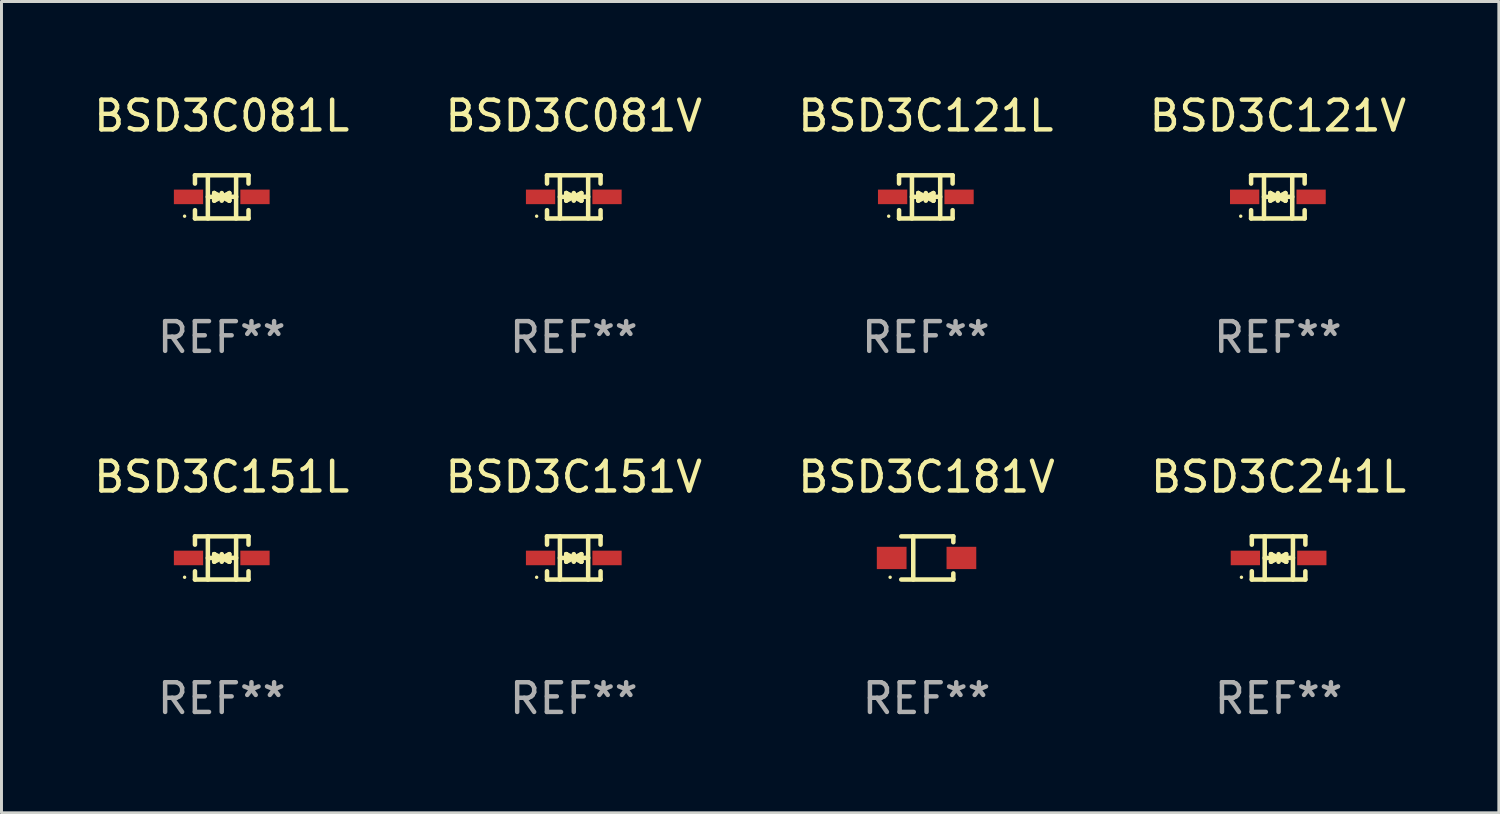
<source format=kicad_pcb>
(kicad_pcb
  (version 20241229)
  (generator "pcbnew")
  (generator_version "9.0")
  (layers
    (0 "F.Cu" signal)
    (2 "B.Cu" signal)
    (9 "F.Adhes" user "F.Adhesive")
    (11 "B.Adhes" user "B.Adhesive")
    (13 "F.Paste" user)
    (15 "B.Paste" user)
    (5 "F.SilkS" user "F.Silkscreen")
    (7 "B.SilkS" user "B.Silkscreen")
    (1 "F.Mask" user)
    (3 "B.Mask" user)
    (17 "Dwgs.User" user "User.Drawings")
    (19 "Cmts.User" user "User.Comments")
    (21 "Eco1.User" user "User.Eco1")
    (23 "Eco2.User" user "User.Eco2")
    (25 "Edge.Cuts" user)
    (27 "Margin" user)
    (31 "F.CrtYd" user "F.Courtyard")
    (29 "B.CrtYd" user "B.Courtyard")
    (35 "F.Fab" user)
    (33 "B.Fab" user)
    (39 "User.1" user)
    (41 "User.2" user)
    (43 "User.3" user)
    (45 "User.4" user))
  (footprint "BSD3C081V"
    (layer "F.Cu")
    (at 16.256 3.574)
    (property "Reference" "BSD3C081V" (at 0 -2.726 0) (layer "F.SilkS") (effects (font (size 1 1) (thickness 0.15))))
    (attr through_hole)
    (fp_line (start -0.901 -0.726) (end -0.901 -0.448) (stroke (width 0.152) (type solid)) (layer "F.SilkS"))
    (fp_line (start -0.901 0.726) (end -0.901 0.448) (stroke (width 0.152) (type solid)) (layer "F.SilkS"))
    (fp_line (start -0.467 0) (end 0.483 -0.003) (stroke (width 0.154) (type solid)) (layer "F.SilkS"))
    (fp_line (start -0.467 0.726) (end -0.467 -0.726) (stroke (width 0.152) (type solid)) (layer "F.SilkS"))
    (fp_line (start -0.254 -0.127) (end -0.254 -0.127) (stroke (width 0.154) (type solid)) (layer "F.SilkS"))
    (fp_line (start -0.254 -0.127) (end -0.002 -0.003) (stroke (width 0.154) (type solid)) (layer "F.SilkS"))
    (fp_line (start -0.254 0.127) (end -0.254 -0.127) (stroke (width 0.154) (type solid)) (layer "F.SilkS"))
    (fp_line (start -0.127 0) (end 0.003 0) (stroke (width 0.154) (type solid)) (layer "F.SilkS"))
    (fp_line (start -0.003 0) (end -0.254 0.127) (stroke (width 0.154) (type solid)) (layer "F.SilkS"))
    (fp_line (start 0 -0.127) (end 0 0.127) (stroke (width 0.154) (type solid)) (layer "F.SilkS"))
    (fp_line (start 0.003 0) (end 0.254 -0.127) (stroke (width 0.154) (type solid)) (layer "F.SilkS"))
    (fp_line (start 0.127 0) (end -0.003 0) (stroke (width 0.154) (type solid)) (layer "F.SilkS"))
    (fp_line (start 0.254 -0.127) (end 0.254 0.127) (stroke (width 0.154) (type solid)) (layer "F.SilkS"))
    (fp_line (start 0.254 0.127) (end 0.002 0.003) (stroke (width 0.154) (type solid)) (layer "F.SilkS"))
    (fp_line (start 0.254 0.127) (end 0.254 0.127) (stroke (width 0.154) (type solid)) (layer "F.SilkS"))
    (fp_line (start 0.483 0.726) (end 0.483 -0.726) (stroke (width 0.152) (type solid)) (layer "F.SilkS"))
    (fp_line (start 0.901 -0.726) (end -0.901 -0.726) (stroke (width 0.152) (type solid)) (layer "F.SilkS"))
    (fp_line (start 0.901 -0.726) (end 0.901 -0.448) (stroke (width 0.152) (type solid)) (layer "F.SilkS"))
    (fp_line (start 0.901 0.726) (end -0.901 0.726) (stroke (width 0.152) (type solid)) (layer "F.SilkS"))
    (fp_line (start 0.901 0.726) (end 0.901 0.448) (stroke (width 0.152) (type solid)) (layer "F.SilkS"))
    (fp_circle (center -1.25 0.65) (end -1.22 0.65) (stroke (width 0.06) (type solid)) (fill no) (layer "F.SilkS"))
    (fp_text user "REF**" (at 0 4.726 0) (layer "F.Fab") (effects (font (size 1 1) (thickness 0.15))))
    (pad "1" smd rect (at -1.118 0) (size 0.985 0.49) (layers "F.Cu" "F.Mask" "F.Paste"))
    (pad "2" smd rect (at 1.118 0) (size 0.985 0.49) (layers "F.Cu" "F.Mask" "F.Paste")))
  (footprint "BSD3C121L"
    (layer "F.Cu")
    (at 28.101 3.574)
    (property "Reference" "BSD3C121L" (at 0 -2.726 0) (layer "F.SilkS") (effects (font (size 1 1) (thickness 0.15))))
    (attr through_hole)
    (fp_line (start -0.901 -0.726) (end -0.901 -0.448) (stroke (width 0.152) (type solid)) (layer "F.SilkS"))
    (fp_line (start -0.901 0.726) (end -0.901 0.448) (stroke (width 0.152) (type solid)) (layer "F.SilkS"))
    (fp_line (start -0.467 0) (end 0.483 -0.003) (stroke (width 0.154) (type solid)) (layer "F.SilkS"))
    (fp_line (start -0.467 0.726) (end -0.467 -0.726) (stroke (width 0.152) (type solid)) (layer "F.SilkS"))
    (fp_line (start -0.254 -0.127) (end -0.254 -0.127) (stroke (width 0.154) (type solid)) (layer "F.SilkS"))
    (fp_line (start -0.254 -0.127) (end -0.002 -0.003) (stroke (width 0.154) (type solid)) (layer "F.SilkS"))
    (fp_line (start -0.254 0.127) (end -0.254 -0.127) (stroke (width 0.154) (type solid)) (layer "F.SilkS"))
    (fp_line (start -0.127 0) (end 0.003 0) (stroke (width 0.154) (type solid)) (layer "F.SilkS"))
    (fp_line (start -0.003 0) (end -0.254 0.127) (stroke (width 0.154) (type solid)) (layer "F.SilkS"))
    (fp_line (start 0 -0.127) (end 0 0.127) (stroke (width 0.154) (type solid)) (layer "F.SilkS"))
    (fp_line (start 0.003 0) (end 0.254 -0.127) (stroke (width 0.154) (type solid)) (layer "F.SilkS"))
    (fp_line (start 0.127 0) (end -0.003 0) (stroke (width 0.154) (type solid)) (layer "F.SilkS"))
    (fp_line (start 0.254 -0.127) (end 0.254 0.127) (stroke (width 0.154) (type solid)) (layer "F.SilkS"))
    (fp_line (start 0.254 0.127) (end 0.002 0.003) (stroke (width 0.154) (type solid)) (layer "F.SilkS"))
    (fp_line (start 0.254 0.127) (end 0.254 0.127) (stroke (width 0.154) (type solid)) (layer "F.SilkS"))
    (fp_line (start 0.483 0.726) (end 0.483 -0.726) (stroke (width 0.152) (type solid)) (layer "F.SilkS"))
    (fp_line (start 0.901 -0.726) (end -0.901 -0.726) (stroke (width 0.152) (type solid)) (layer "F.SilkS"))
    (fp_line (start 0.901 -0.726) (end 0.901 -0.448) (stroke (width 0.152) (type solid)) (layer "F.SilkS"))
    (fp_line (start 0.901 0.726) (end -0.901 0.726) (stroke (width 0.152) (type solid)) (layer "F.SilkS"))
    (fp_line (start 0.901 0.726) (end 0.901 0.448) (stroke (width 0.152) (type solid)) (layer "F.SilkS"))
    (fp_circle (center -1.25 0.65) (end -1.22 0.65) (stroke (width 0.06) (type solid)) (fill no) (layer "F.SilkS"))
    (fp_text user "REF**" (at 0 4.726 0) (layer "F.Fab") (effects (font (size 1 1) (thickness 0.15))))
    (pad "1" smd rect (at -1.118 0) (size 0.985 0.49) (layers "F.Cu" "F.Mask" "F.Paste"))
    (pad "2" smd rect (at 1.118 0) (size 0.985 0.49) (layers "F.Cu" "F.Mask" "F.Paste")))
  (footprint "BSD3C151L"
    (layer "F.Cu")
    (at 4.411 15.723)
    (property "Reference" "BSD3C151L" (at 0 -2.726 0) (layer "F.SilkS") (effects (font (size 1 1) (thickness 0.15))))
    (attr through_hole)
    (fp_line (start -0.901 -0.726) (end -0.901 -0.448) (stroke (width 0.152) (type solid)) (layer "F.SilkS"))
    (fp_line (start -0.901 0.726) (end -0.901 0.448) (stroke (width 0.152) (type solid)) (layer "F.SilkS"))
    (fp_line (start -0.467 0) (end 0.483 -0.003) (stroke (width 0.154) (type solid)) (layer "F.SilkS"))
    (fp_line (start -0.467 0.726) (end -0.467 -0.726) (stroke (width 0.152) (type solid)) (layer "F.SilkS"))
    (fp_line (start -0.254 -0.127) (end -0.254 -0.127) (stroke (width 0.154) (type solid)) (layer "F.SilkS"))
    (fp_line (start -0.254 -0.127) (end -0.002 -0.003) (stroke (width 0.154) (type solid)) (layer "F.SilkS"))
    (fp_line (start -0.254 0.127) (end -0.254 -0.127) (stroke (width 0.154) (type solid)) (layer "F.SilkS"))
    (fp_line (start -0.127 0) (end 0.003 0) (stroke (width 0.154) (type solid)) (layer "F.SilkS"))
    (fp_line (start -0.003 0) (end -0.254 0.127) (stroke (width 0.154) (type solid)) (layer "F.SilkS"))
    (fp_line (start 0 -0.127) (end 0 0.127) (stroke (width 0.154) (type solid)) (layer "F.SilkS"))
    (fp_line (start 0.003 0) (end 0.254 -0.127) (stroke (width 0.154) (type solid)) (layer "F.SilkS"))
    (fp_line (start 0.127 0) (end -0.003 0) (stroke (width 0.154) (type solid)) (layer "F.SilkS"))
    (fp_line (start 0.254 -0.127) (end 0.254 0.127) (stroke (width 0.154) (type solid)) (layer "F.SilkS"))
    (fp_line (start 0.254 0.127) (end 0.002 0.003) (stroke (width 0.154) (type solid)) (layer "F.SilkS"))
    (fp_line (start 0.254 0.127) (end 0.254 0.127) (stroke (width 0.154) (type solid)) (layer "F.SilkS"))
    (fp_line (start 0.483 0.726) (end 0.483 -0.726) (stroke (width 0.152) (type solid)) (layer "F.SilkS"))
    (fp_line (start 0.901 -0.726) (end -0.901 -0.726) (stroke (width 0.152) (type solid)) (layer "F.SilkS"))
    (fp_line (start 0.901 -0.726) (end 0.901 -0.448) (stroke (width 0.152) (type solid)) (layer "F.SilkS"))
    (fp_line (start 0.901 0.726) (end -0.901 0.726) (stroke (width 0.152) (type solid)) (layer "F.SilkS"))
    (fp_line (start 0.901 0.726) (end 0.901 0.448) (stroke (width 0.152) (type solid)) (layer "F.SilkS"))
    (fp_circle (center -1.25 0.65) (end -1.22 0.65) (stroke (width 0.06) (type solid)) (fill no) (layer "F.SilkS"))
    (fp_text user "REF**" (at 0 4.726 0) (layer "F.Fab") (effects (font (size 1 1) (thickness 0.15))))
    (pad "1" smd rect (at -1.118 0) (size 0.985 0.49) (layers "F.Cu" "F.Mask" "F.Paste"))
    (pad "2" smd rect (at 1.118 0) (size 0.985 0.49) (layers "F.Cu" "F.Mask" "F.Paste")))
  (footprint "BSD3C121V"
    (layer "F.Cu")
    (at 39.946 3.574)
    (property "Reference" "BSD3C121V" (at 0 -2.726 0) (layer "F.SilkS") (effects (font (size 1 1) (thickness 0.15))))
    (attr through_hole)
    (fp_line (start -0.901 -0.726) (end -0.901 -0.448) (stroke (width 0.152) (type solid)) (layer "F.SilkS"))
    (fp_line (start -0.901 0.726) (end -0.901 0.448) (stroke (width 0.152) (type solid)) (layer "F.SilkS"))
    (fp_line (start -0.467 0) (end 0.483 -0.003) (stroke (width 0.154) (type solid)) (layer "F.SilkS"))
    (fp_line (start -0.467 0.726) (end -0.467 -0.726) (stroke (width 0.152) (type solid)) (layer "F.SilkS"))
    (fp_line (start -0.254 -0.127) (end -0.254 -0.127) (stroke (width 0.154) (type solid)) (layer "F.SilkS"))
    (fp_line (start -0.254 -0.127) (end -0.002 -0.003) (stroke (width 0.154) (type solid)) (layer "F.SilkS"))
    (fp_line (start -0.254 0.127) (end -0.254 -0.127) (stroke (width 0.154) (type solid)) (layer "F.SilkS"))
    (fp_line (start -0.127 0) (end 0.003 0) (stroke (width 0.154) (type solid)) (layer "F.SilkS"))
    (fp_line (start -0.003 0) (end -0.254 0.127) (stroke (width 0.154) (type solid)) (layer "F.SilkS"))
    (fp_line (start 0 -0.127) (end 0 0.127) (stroke (width 0.154) (type solid)) (layer "F.SilkS"))
    (fp_line (start 0.003 0) (end 0.254 -0.127) (stroke (width 0.154) (type solid)) (layer "F.SilkS"))
    (fp_line (start 0.127 0) (end -0.003 0) (stroke (width 0.154) (type solid)) (layer "F.SilkS"))
    (fp_line (start 0.254 -0.127) (end 0.254 0.127) (stroke (width 0.154) (type solid)) (layer "F.SilkS"))
    (fp_line (start 0.254 0.127) (end 0.002 0.003) (stroke (width 0.154) (type solid)) (layer "F.SilkS"))
    (fp_line (start 0.254 0.127) (end 0.254 0.127) (stroke (width 0.154) (type solid)) (layer "F.SilkS"))
    (fp_line (start 0.483 0.726) (end 0.483 -0.726) (stroke (width 0.152) (type solid)) (layer "F.SilkS"))
    (fp_line (start 0.901 -0.726) (end -0.901 -0.726) (stroke (width 0.152) (type solid)) (layer "F.SilkS"))
    (fp_line (start 0.901 -0.726) (end 0.901 -0.448) (stroke (width 0.152) (type solid)) (layer "F.SilkS"))
    (fp_line (start 0.901 0.726) (end -0.901 0.726) (stroke (width 0.152) (type solid)) (layer "F.SilkS"))
    (fp_line (start 0.901 0.726) (end 0.901 0.448) (stroke (width 0.152) (type solid)) (layer "F.SilkS"))
    (fp_circle (center -1.25 0.65) (end -1.22 0.65) (stroke (width 0.06) (type solid)) (fill no) (layer "F.SilkS"))
    (fp_text user "REF**" (at 0 4.726 0) (layer "F.Fab") (effects (font (size 1 1) (thickness 0.15))))
    (pad "1" smd rect (at -1.118 0) (size 0.985 0.49) (layers "F.Cu" "F.Mask" "F.Paste"))
    (pad "2" smd rect (at 1.118 0) (size 0.985 0.49) (layers "F.Cu" "F.Mask" "F.Paste")))
  (footprint "BSD3C151V"
    (layer "F.Cu")
    (at 16.256 15.723)
    (property "Reference" "BSD3C151V" (at 0 -2.726 0) (layer "F.SilkS") (effects (font (size 1 1) (thickness 0.15))))
    (attr through_hole)
    (fp_line (start -0.901 -0.726) (end -0.901 -0.448) (stroke (width 0.152) (type solid)) (layer "F.SilkS"))
    (fp_line (start -0.901 0.726) (end -0.901 0.448) (stroke (width 0.152) (type solid)) (layer "F.SilkS"))
    (fp_line (start -0.467 0) (end 0.483 -0.003) (stroke (width 0.154) (type solid)) (layer "F.SilkS"))
    (fp_line (start -0.467 0.726) (end -0.467 -0.726) (stroke (width 0.152) (type solid)) (layer "F.SilkS"))
    (fp_line (start -0.254 -0.127) (end -0.254 -0.127) (stroke (width 0.154) (type solid)) (layer "F.SilkS"))
    (fp_line (start -0.254 -0.127) (end -0.002 -0.003) (stroke (width 0.154) (type solid)) (layer "F.SilkS"))
    (fp_line (start -0.254 0.127) (end -0.254 -0.127) (stroke (width 0.154) (type solid)) (layer "F.SilkS"))
    (fp_line (start -0.127 0) (end 0.003 0) (stroke (width 0.154) (type solid)) (layer "F.SilkS"))
    (fp_line (start -0.003 0) (end -0.254 0.127) (stroke (width 0.154) (type solid)) (layer "F.SilkS"))
    (fp_line (start 0 -0.127) (end 0 0.127) (stroke (width 0.154) (type solid)) (layer "F.SilkS"))
    (fp_line (start 0.003 0) (end 0.254 -0.127) (stroke (width 0.154) (type solid)) (layer "F.SilkS"))
    (fp_line (start 0.127 0) (end -0.003 0) (stroke (width 0.154) (type solid)) (layer "F.SilkS"))
    (fp_line (start 0.254 -0.127) (end 0.254 0.127) (stroke (width 0.154) (type solid)) (layer "F.SilkS"))
    (fp_line (start 0.254 0.127) (end 0.002 0.003) (stroke (width 0.154) (type solid)) (layer "F.SilkS"))
    (fp_line (start 0.254 0.127) (end 0.254 0.127) (stroke (width 0.154) (type solid)) (layer "F.SilkS"))
    (fp_line (start 0.483 0.726) (end 0.483 -0.726) (stroke (width 0.152) (type solid)) (layer "F.SilkS"))
    (fp_line (start 0.901 -0.726) (end -0.901 -0.726) (stroke (width 0.152) (type solid)) (layer "F.SilkS"))
    (fp_line (start 0.901 -0.726) (end 0.901 -0.448) (stroke (width 0.152) (type solid)) (layer "F.SilkS"))
    (fp_line (start 0.901 0.726) (end -0.901 0.726) (stroke (width 0.152) (type solid)) (layer "F.SilkS"))
    (fp_line (start 0.901 0.726) (end 0.901 0.448) (stroke (width 0.152) (type solid)) (layer "F.SilkS"))
    (fp_circle (center -1.25 0.65) (end -1.22 0.65) (stroke (width 0.06) (type solid)) (fill no) (layer "F.SilkS"))
    (fp_text user "REF**" (at 0 4.726 0) (layer "F.Fab") (effects (font (size 1 1) (thickness 0.15))))
    (pad "1" smd rect (at -1.118 0) (size 0.985 0.49) (layers "F.Cu" "F.Mask" "F.Paste"))
    (pad "2" smd rect (at 1.118 0) (size 0.985 0.49) (layers "F.Cu" "F.Mask" "F.Paste")))
  (footprint "BSD3C181V"
    (layer "F.Cu")
    (at 28.125 15.723)
    (property "Reference" "BSD3C181V" (at 0 -2.726 0) (layer "F.SilkS") (effects (font (size 1 1) (thickness 0.15))))
    (attr through_hole)
    (fp_line (start -0.851 -0.726) (end 0.901 -0.726) (stroke (width 0.152) (type solid)) (layer "F.SilkS"))
    (fp_line (start -0.851 0.726) (end 0.901 0.726) (stroke (width 0.152) (type solid)) (layer "F.SilkS"))
    (fp_line (start -0.447 -0.726) (end -0.447 0.726) (stroke (width 0.152) (type solid)) (layer "F.SilkS"))
    (fp_line (start 0.901 -0.726) (end 0.901 -0.53) (stroke (width 0.152) (type solid)) (layer "F.SilkS"))
    (fp_line (start 0.901 0.726) (end 0.901 0.52) (stroke (width 0.152) (type solid)) (layer "F.SilkS"))
    (fp_circle (center -1.225 0.65) (end -1.195 0.65) (stroke (width 0.06) (type solid)) (fill no) (layer "F.SilkS"))
    (fp_text user "REF**" (at 0 4.726 0) (layer "F.Fab") (effects (font (size 1 1) (thickness 0.15))))
    (pad "1" smd rect (at -1.173 0) (size 1 0.75) (layers "F.Cu" "F.Mask" "F.Paste"))
    (pad "2" smd rect (at 1.173 0) (size 1 0.75) (layers "F.Cu" "F.Mask" "F.Paste")))
  (footprint "BSD3C241L"
    (layer "F.Cu")
    (at 39.97 15.723)
    (property "Reference" "BSD3C241L" (at 0 -2.726 0) (layer "F.SilkS") (effects (font (size 1 1) (thickness 0.15))))
    (attr through_hole)
    (fp_line (start -0.901 -0.726) (end -0.901 -0.448) (stroke (width 0.152) (type solid)) (layer "F.SilkS"))
    (fp_line (start -0.901 0.726) (end -0.901 0.448) (stroke (width 0.152) (type solid)) (layer "F.SilkS"))
    (fp_line (start -0.467 0) (end 0.483 -0.003) (stroke (width 0.154) (type solid)) (layer "F.SilkS"))
    (fp_line (start -0.467 0.726) (end -0.467 -0.726) (stroke (width 0.152) (type solid)) (layer "F.SilkS"))
    (fp_line (start -0.254 -0.127) (end -0.254 -0.127) (stroke (width 0.154) (type solid)) (layer "F.SilkS"))
    (fp_line (start -0.254 -0.127) (end -0.002 -0.003) (stroke (width 0.154) (type solid)) (layer "F.SilkS"))
    (fp_line (start -0.254 0.127) (end -0.254 -0.127) (stroke (width 0.154) (type solid)) (layer "F.SilkS"))
    (fp_line (start -0.127 0) (end 0.003 0) (stroke (width 0.154) (type solid)) (layer "F.SilkS"))
    (fp_line (start -0.003 0) (end -0.254 0.127) (stroke (width 0.154) (type solid)) (layer "F.SilkS"))
    (fp_line (start 0 -0.127) (end 0 0.127) (stroke (width 0.154) (type solid)) (layer "F.SilkS"))
    (fp_line (start 0.003 0) (end 0.254 -0.127) (stroke (width 0.154) (type solid)) (layer "F.SilkS"))
    (fp_line (start 0.127 0) (end -0.003 0) (stroke (width 0.154) (type solid)) (layer "F.SilkS"))
    (fp_line (start 0.254 -0.127) (end 0.254 0.127) (stroke (width 0.154) (type solid)) (layer "F.SilkS"))
    (fp_line (start 0.254 0.127) (end 0.002 0.003) (stroke (width 0.154) (type solid)) (layer "F.SilkS"))
    (fp_line (start 0.254 0.127) (end 0.254 0.127) (stroke (width 0.154) (type solid)) (layer "F.SilkS"))
    (fp_line (start 0.483 0.726) (end 0.483 -0.726) (stroke (width 0.152) (type solid)) (layer "F.SilkS"))
    (fp_line (start 0.901 -0.726) (end -0.901 -0.726) (stroke (width 0.152) (type solid)) (layer "F.SilkS"))
    (fp_line (start 0.901 -0.726) (end 0.901 -0.448) (stroke (width 0.152) (type solid)) (layer "F.SilkS"))
    (fp_line (start 0.901 0.726) (end -0.901 0.726) (stroke (width 0.152) (type solid)) (layer "F.SilkS"))
    (fp_line (start 0.901 0.726) (end 0.901 0.448) (stroke (width 0.152) (type solid)) (layer "F.SilkS"))
    (fp_circle (center -1.25 0.65) (end -1.22 0.65) (stroke (width 0.06) (type solid)) (fill no) (layer "F.SilkS"))
    (fp_text user "REF**" (at 0 4.726 0) (layer "F.Fab") (effects (font (size 1 1) (thickness 0.15))))
    (pad "1" smd rect (at -1.118 0) (size 0.985 0.49) (layers "F.Cu" "F.Mask" "F.Paste"))
    (pad "2" smd rect (at 1.118 0) (size 0.985 0.49) (layers "F.Cu" "F.Mask" "F.Paste")))
  (footprint "BSD3C081L"
    (layer "F.Cu")
    (at 4.411 3.574)
    (property "Reference" "BSD3C081L" (at 0 -2.726 0) (layer "F.SilkS") (effects (font (size 1 1) (thickness 0.15))))
    (attr through_hole)
    (fp_line (start -0.901 -0.726) (end -0.901 -0.448) (stroke (width 0.152) (type solid)) (layer "F.SilkS"))
    (fp_line (start -0.901 0.726) (end -0.901 0.448) (stroke (width 0.152) (type solid)) (layer "F.SilkS"))
    (fp_line (start -0.467 0) (end 0.483 -0.003) (stroke (width 0.154) (type solid)) (layer "F.SilkS"))
    (fp_line (start -0.467 0.726) (end -0.467 -0.726) (stroke (width 0.152) (type solid)) (layer "F.SilkS"))
    (fp_line (start -0.254 -0.127) (end -0.254 -0.127) (stroke (width 0.154) (type solid)) (layer "F.SilkS"))
    (fp_line (start -0.254 -0.127) (end -0.002 -0.003) (stroke (width 0.154) (type solid)) (layer "F.SilkS"))
    (fp_line (start -0.254 0.127) (end -0.254 -0.127) (stroke (width 0.154) (type solid)) (layer "F.SilkS"))
    (fp_line (start -0.127 0) (end 0.003 0) (stroke (width 0.154) (type solid)) (layer "F.SilkS"))
    (fp_line (start -0.003 0) (end -0.254 0.127) (stroke (width 0.154) (type solid)) (layer "F.SilkS"))
    (fp_line (start 0 -0.127) (end 0 0.127) (stroke (width 0.154) (type solid)) (layer "F.SilkS"))
    (fp_line (start 0.003 0) (end 0.254 -0.127) (stroke (width 0.154) (type solid)) (layer "F.SilkS"))
    (fp_line (start 0.127 0) (end -0.003 0) (stroke (width 0.154) (type solid)) (layer "F.SilkS"))
    (fp_line (start 0.254 -0.127) (end 0.254 0.127) (stroke (width 0.154) (type solid)) (layer "F.SilkS"))
    (fp_line (start 0.254 0.127) (end 0.002 0.003) (stroke (width 0.154) (type solid)) (layer "F.SilkS"))
    (fp_line (start 0.254 0.127) (end 0.254 0.127) (stroke (width 0.154) (type solid)) (layer "F.SilkS"))
    (fp_line (start 0.483 0.726) (end 0.483 -0.726) (stroke (width 0.152) (type solid)) (layer "F.SilkS"))
    (fp_line (start 0.901 -0.726) (end -0.901 -0.726) (stroke (width 0.152) (type solid)) (layer "F.SilkS"))
    (fp_line (start 0.901 -0.726) (end 0.901 -0.448) (stroke (width 0.152) (type solid)) (layer "F.SilkS"))
    (fp_line (start 0.901 0.726) (end -0.901 0.726) (stroke (width 0.152) (type solid)) (layer "F.SilkS"))
    (fp_line (start 0.901 0.726) (end 0.901 0.448) (stroke (width 0.152) (type solid)) (layer "F.SilkS"))
    (fp_circle (center -1.25 0.65) (end -1.22 0.65) (stroke (width 0.06) (type solid)) (fill no) (layer "F.SilkS"))
    (fp_text user "REF**" (at 0 4.726 0) (layer "F.Fab") (effects (font (size 1 1) (thickness 0.15))))
    (pad "1" smd rect (at -1.118 0) (size 0.985 0.49) (layers "F.Cu" "F.Mask" "F.Paste"))
    (pad "2" smd rect (at 1.118 0) (size 0.985 0.49) (layers "F.Cu" "F.Mask" "F.Paste")))
  (gr_rect
    (start -3 -3)
    (end 47.381 24.298)
    (stroke (width 0.1) (type default))
    (fill no)
    (layer "Edge.Cuts")))
</source>
